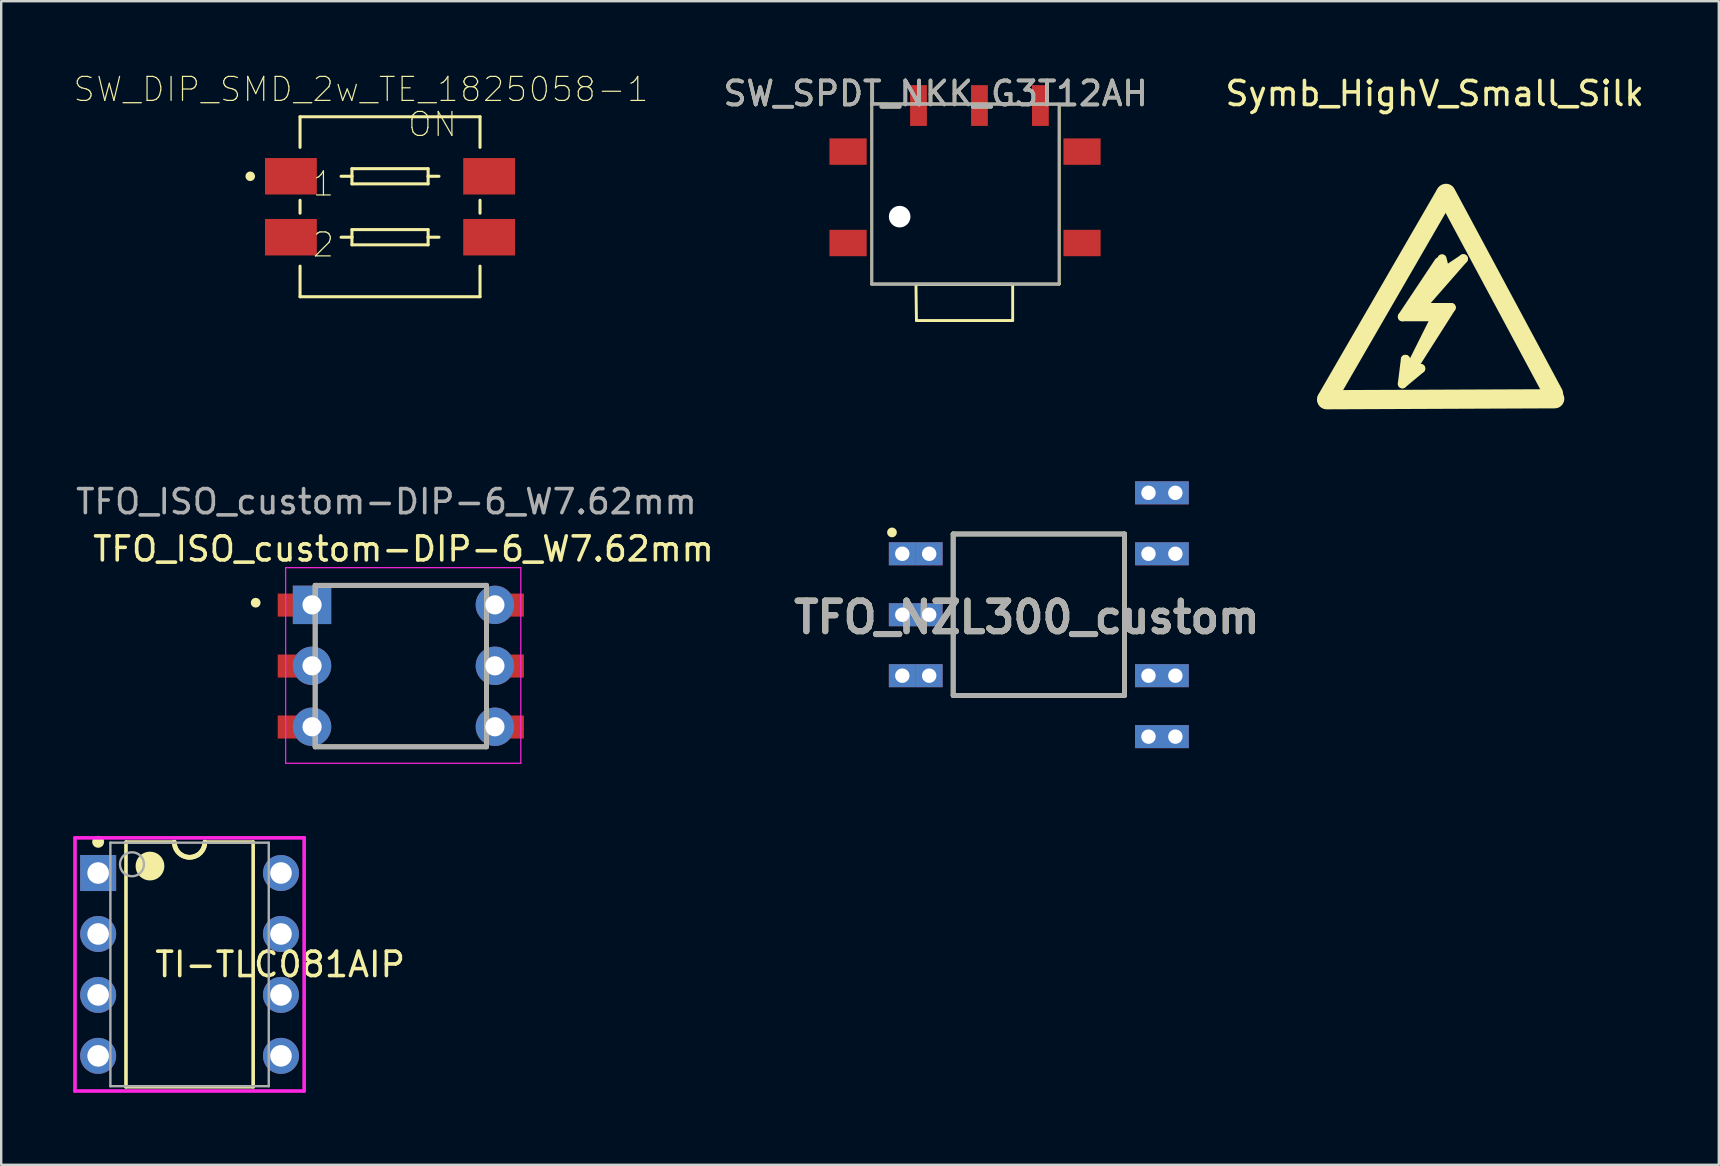
<source format=kicad_pcb>
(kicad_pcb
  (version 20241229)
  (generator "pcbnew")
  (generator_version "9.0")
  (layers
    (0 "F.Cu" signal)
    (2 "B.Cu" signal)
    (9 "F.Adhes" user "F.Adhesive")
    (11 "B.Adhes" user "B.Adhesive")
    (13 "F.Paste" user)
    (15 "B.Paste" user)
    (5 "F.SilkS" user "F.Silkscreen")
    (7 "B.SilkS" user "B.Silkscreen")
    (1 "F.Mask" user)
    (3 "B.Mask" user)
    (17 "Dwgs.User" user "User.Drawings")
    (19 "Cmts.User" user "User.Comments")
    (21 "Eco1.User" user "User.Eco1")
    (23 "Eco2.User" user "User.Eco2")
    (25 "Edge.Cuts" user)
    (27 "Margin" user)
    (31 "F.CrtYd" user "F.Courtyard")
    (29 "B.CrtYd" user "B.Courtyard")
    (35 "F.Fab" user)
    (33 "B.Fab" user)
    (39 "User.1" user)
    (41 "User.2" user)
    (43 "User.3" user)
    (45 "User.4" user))
  (footprint "TI-TLC081AIP"
    (layer "F.Cu")
    (at 4.85 37.142)
    (property "Reference" "TI-TLC081AIP" (at -1.524 0 0) (layer "F.SilkS") (effects (font (size 1.016 1.016) (thickness 0.15)) (justify left)))
    (attr through_hole)
    (fp_line (start -2.65 -5.1) (end -0.635 -5.1) (stroke (width 0.15) (type solid)) (layer "F.SilkS"))
    (fp_line (start -2.65 5.1) (end -2.65 -5.1) (stroke (width 0.15) (type solid)) (layer "F.SilkS"))
    (fp_line (start -2.65 5.1) (end 2.65 5.1) (stroke (width 0.15) (type solid)) (layer "F.SilkS"))
    (fp_line (start -0.635 -5.1) (end -0.627 -5.001) (stroke (width 0.2) (type solid)) (layer "F.SilkS"))
    (fp_line (start -0.627 -5.001) (end -0.604 -4.904) (stroke (width 0.2) (type solid)) (layer "F.SilkS"))
    (fp_line (start -0.604 -4.904) (end -0.566 -4.812) (stroke (width 0.2) (type solid)) (layer "F.SilkS"))
    (fp_line (start -0.566 -4.812) (end -0.514 -4.727) (stroke (width 0.2) (type solid)) (layer "F.SilkS"))
    (fp_line (start -0.514 -4.727) (end -0.449 -4.651) (stroke (width 0.2) (type solid)) (layer "F.SilkS"))
    (fp_line (start -0.449 -4.651) (end -0.373 -4.586) (stroke (width 0.2) (type solid)) (layer "F.SilkS"))
    (fp_line (start -0.373 -4.586) (end -0.288 -4.534) (stroke (width 0.2) (type solid)) (layer "F.SilkS"))
    (fp_line (start -0.288 -4.534) (end -0.196 -4.496) (stroke (width 0.2) (type solid)) (layer "F.SilkS"))
    (fp_line (start -0.196 -4.496) (end -0.099 -4.473) (stroke (width 0.2) (type solid)) (layer "F.SilkS"))
    (fp_line (start -0.099 -4.473) (end 0 -4.465) (stroke (width 0.2) (type solid)) (layer "F.SilkS"))
    (fp_line (start 0 -4.465) (end 0.099 -4.473) (stroke (width 0.2) (type solid)) (layer "F.SilkS"))
    (fp_line (start 0.099 -4.473) (end 0.196 -4.496) (stroke (width 0.2) (type solid)) (layer "F.SilkS"))
    (fp_line (start 0.196 -4.496) (end 0.288 -4.534) (stroke (width 0.2) (type solid)) (layer "F.SilkS"))
    (fp_line (start 0.288 -4.534) (end 0.373 -4.586) (stroke (width 0.2) (type solid)) (layer "F.SilkS"))
    (fp_line (start 0.373 -4.586) (end 0.449 -4.651) (stroke (width 0.2) (type solid)) (layer "F.SilkS"))
    (fp_line (start 0.449 -4.651) (end 0.514 -4.727) (stroke (width 0.2) (type solid)) (layer "F.SilkS"))
    (fp_line (start 0.514 -4.727) (end 0.566 -4.812) (stroke (width 0.2) (type solid)) (layer "F.SilkS"))
    (fp_line (start 0.566 -4.812) (end 0.604 -4.904) (stroke (width 0.2) (type solid)) (layer "F.SilkS"))
    (fp_line (start 0.604 -4.904) (end 0.627 -5.001) (stroke (width 0.2) (type solid)) (layer "F.SilkS"))
    (fp_line (start 0.627 -5.001) (end 0.635 -5.1) (stroke (width 0.2) (type solid)) (layer "F.SilkS"))
    (fp_line (start 0.635 -5.1) (end 2.65 -5.1) (stroke (width 0.15) (type solid)) (layer "F.SilkS"))
    (fp_line (start 2.65 5.1) (end 2.65 -5.1) (stroke (width 0.15) (type solid)) (layer "F.SilkS"))
    (fp_circle (center -3.81 -5.11) (end -3.685 -5.11) (stroke (width 0.25) (type solid)) (fill no) (layer "F.SilkS"))
    (fp_circle (center -1.65 -4.1) (end -1.35 -4.1) (stroke (width 0.6) (type solid)) (fill no) (layer "F.SilkS"))
    (fp_line (start -4.775 -5.275) (end -4.775 5.275) (stroke (width 0.15) (type solid)) (layer "F.CrtYd"))
    (fp_line (start -4.775 5.275) (end 4.775 5.275) (stroke (width 0.15) (type solid)) (layer "F.CrtYd"))
    (fp_line (start 4.775 -5.275) (end -4.775 -5.275) (stroke (width 0.15) (type solid)) (layer "F.CrtYd"))
    (fp_line (start 4.775 -5.275) (end 4.775 -5.275) (stroke (width 0.15) (type solid)) (layer "F.CrtYd"))
    (fp_line (start 4.775 5.275) (end 4.775 -5.275) (stroke (width 0.15) (type solid)) (layer "F.CrtYd"))
    (fp_line (start -3.3 -5.075) (end 3.3 -5.075) (stroke (width 0.1) (type solid)) (layer "F.Fab"))
    (fp_line (start -3.3 5.075) (end -3.3 -5.075) (stroke (width 0.1) (type solid)) (layer "F.Fab"))
    (fp_line (start -3.3 5.075) (end 3.3 5.075) (stroke (width 0.1) (type solid)) (layer "F.Fab"))
    (fp_line (start 3.3 5.075) (end 3.3 -5.075) (stroke (width 0.1) (type solid)) (layer "F.Fab"))
    (fp_circle (center -2.4 -4.175) (end -1.9 -4.175) (stroke (width 0.1) (type solid)) (fill no) (layer "F.Fab"))
    (pad "1" thru_hole rect (at -3.81 -3.81) (size 1.5 1.5) (drill 0.9) (layers "*.Cu"))
    (pad "2" thru_hole circle (at -3.81 -1.27) (size 1.5 1.5) (drill 0.9) (layers "*.Cu"))
    (pad "3" thru_hole circle (at -3.81 1.27) (size 1.5 1.5) (drill 0.9) (layers "*.Cu"))
    (pad "4" thru_hole circle (at -3.81 3.81) (size 1.5 1.5) (drill 0.9) (layers "*.Cu"))
    (pad "5" thru_hole circle (at 3.81 3.81) (size 1.5 1.5) (drill 0.9) (layers "*.Cu"))
    (pad "6" thru_hole circle (at 3.81 1.27) (size 1.5 1.5) (drill 0.9) (layers "*.Cu"))
    (pad "7" thru_hole circle (at 3.81 -1.27) (size 1.5 1.5) (drill 0.9) (layers "*.Cu"))
    (pad "8" thru_hole circle (at 3.81 -3.81) (size 1.5 1.5) (drill 0.9) (layers "*.Cu")))
  (footprint "SW_SPDT_NKK_G3T12AH"
    (layer "F.Cu")
    (at 37.142 5.198)
    (property "Reference" "SW_SPDT_NKK_G3T12AH" (at -1.2 -4.35 0) (layer "F.SilkS") (effects (font (size 1 1) (thickness 0.15))))
    (attr smd)
    (fp_line (start -3.86 -3.92) (end 3.95 -3.91) (stroke (width 0.12) (type solid)) (layer "F.SilkS"))
    (fp_line (start -3.86 3.59) (end -3.86 -3.92) (stroke (width 0.12) (type solid)) (layer "F.SilkS"))
    (fp_line (start -2.02 3.6) (end 2.01 3.6) (stroke (width 0.12) (type solid)) (layer "F.SilkS"))
    (fp_line (start -2 5.11) (end -2.02 3.6) (stroke (width 0.12) (type solid)) (layer "F.SilkS"))
    (fp_line (start 2.01 3.6) (end 2.01 5.11) (stroke (width 0.12) (type solid)) (layer "F.SilkS"))
    (fp_line (start 2.01 5.11) (end -2 5.11) (stroke (width 0.12) (type solid)) (layer "F.SilkS"))
    (fp_line (start 3.95 -3.91) (end 3.95 3.59) (stroke (width 0.12) (type solid)) (layer "F.SilkS"))
    (fp_line (start 3.95 3.59) (end -3.86 3.59) (stroke (width 0.12) (type solid)) (layer "F.SilkS"))
    (fp_line (start -3.88 -3.91) (end 3.94 -3.91) (stroke (width 0.12) (type solid)) (layer "F.Fab"))
    (fp_line (start -3.88 3.59) (end 3.94 3.59) (stroke (width 0.12) (type solid)) (layer "F.Fab"))
    (fp_line (start -3.86 -3.91) (end -3.86 3.59) (stroke (width 0.1) (type solid)) (layer "F.Fab"))
    (fp_line (start 3.94 -3.91) (end 3.94 3.59) (stroke (width 0.1) (type solid)) (layer "F.Fab"))
    (fp_text user "${REFERENCE}" (at -1.2 -4.35 0) (layer "F.Fab") (effects (font (size 1 1) (thickness 0.15))))
    (pad "" smd rect (at -4.85 -1.93) (size 1.55 1.1) (layers "F.Cu" "F.Mask" "F.Paste"))
    (pad "" smd rect (at -4.85 1.88) (size 1.55 1.1) (layers "F.Cu" "F.Mask" "F.Paste"))
    (pad "" np_thru_hole circle (at -2.7 0.78) (size 0.9 0.9) (drill 0.9) (layers "*.Cu" "*.Mask"))
    (pad "" smd rect (at 4.9 -1.93) (size 1.55 1.1) (layers "F.Cu" "F.Mask" "F.Paste"))
    (pad "" smd rect (at 4.9 1.88) (size 1.55 1.1) (layers "F.Cu" "F.Mask" "F.Paste"))
    (pad "4" smd rect (at -1.915 -3.85) (size 0.7 1.7) (layers "F.Cu" "F.Mask" "F.Paste"))
    (pad "5" smd rect (at 0.625 -3.85) (size 0.7 1.7) (layers "F.Cu" "F.Mask" "F.Paste"))
    (pad "6" smd rect (at 3.165 -3.85) (size 0.7 1.7) (layers "F.Cu" "F.Mask" "F.Paste")))
  (footprint "TFO_ISO_custom-DIP-6_W7.62mm"
    (layer "F.Cu")
    (at 9.954 22.157)
    (property "Reference" "TFO_ISO_custom-DIP-6_W7.62mm" (at 3.81 -2.33 0) (layer "F.SilkS") (effects (font (size 1 1) (thickness 0.15))))
    (attr through_hole)
    (fp_line (start 0.13 -0.815) (end 7.27 -0.815) (stroke (width 0.2) (type solid)) (layer "F.SilkS"))
    (fp_line (start 0.13 5.915) (end 0.13 -0.815) (stroke (width 0.2) (type solid)) (layer "F.SilkS"))
    (fp_line (start 7.27 -0.815) (end 7.27 5.915) (stroke (width 0.2) (type solid)) (layer "F.SilkS"))
    (fp_line (start 7.27 5.915) (end 0.13 5.915) (stroke (width 0.2) (type solid)) (layer "F.SilkS"))
    (fp_circle (center -2.349 -0.09) (end -2.349 0.014) (stroke (width 0.2) (type solid)) (fill no) (layer "F.SilkS"))
    (fp_line (start -1.1 -1.55) (end -1.1 6.6) (stroke (width 0.05) (type solid)) (layer "F.CrtYd"))
    (fp_line (start -1.1 6.6) (end 8.7 6.6) (stroke (width 0.05) (type solid)) (layer "F.CrtYd"))
    (fp_line (start 8.7 -1.55) (end -1.1 -1.55) (stroke (width 0.05) (type solid)) (layer "F.CrtYd"))
    (fp_line (start 8.7 6.6) (end 8.7 -1.55) (stroke (width 0.05) (type solid)) (layer "F.CrtYd"))
    (fp_line (start 0.13 -0.815) (end 7.27 -0.815) (stroke (width 0.2) (type solid)) (layer "F.Fab"))
    (fp_line (start 0.13 5.915) (end 0.13 -0.815) (stroke (width 0.2) (type solid)) (layer "F.Fab"))
    (fp_line (start 7.27 -0.815) (end 7.27 5.915) (stroke (width 0.2) (type solid)) (layer "F.Fab"))
    (fp_line (start 7.27 5.915) (end 0.13 5.915) (stroke (width 0.2) (type solid)) (layer "F.Fab"))
    (fp_text user "${REFERENCE}" (at 3.1 -4.3 0) (layer "F.Fab") (effects (font (size 1 1) (thickness 0.15))))
    (pad "1" smd rect (at -0.87 0.01 90) (size 0.96 1.12) (layers "F.Cu" "F.Mask" "F.Paste"))
    (pad "1" thru_hole rect (at 0 0) (size 1.6 1.6) (drill 0.8) (layers "*.Cu" "*.Mask"))
    (pad "2" smd rect (at -0.87 2.55 90) (size 0.96 1.12) (layers "F.Cu" "F.Mask" "F.Paste"))
    (pad "2" thru_hole oval (at 0 2.54) (size 1.6 1.6) (drill 0.8) (layers "*.Cu" "*.Mask"))
    (pad "3" smd rect (at -0.87 5.09 90) (size 0.96 1.12) (layers "F.Cu" "F.Mask" "F.Paste"))
    (pad "3" thru_hole oval (at 0 5.08) (size 1.6 1.6) (drill 0.8) (layers "*.Cu" "*.Mask"))
    (pad "4" thru_hole oval (at 7.62 5.08) (size 1.6 1.6) (drill 0.8) (layers "*.Cu" "*.Mask"))
    (pad "4" smd rect (at 8.27 5.09 90) (size 0.96 1.12) (layers "F.Cu" "F.Mask" "F.Paste"))
    (pad "5" thru_hole oval (at 7.62 2.54) (size 1.6 1.6) (drill 0.8) (layers "*.Cu" "*.Mask"))
    (pad "5" smd rect (at 8.27 2.55 90) (size 0.96 1.12) (layers "F.Cu" "F.Mask" "F.Paste"))
    (pad "6" thru_hole oval (at 7.62 0) (size 1.6 1.6) (drill 0.8) (layers "*.Cu" "*.Mask"))
    (pad "6" smd rect (at 8.27 0.01 90) (size 0.96 1.12) (layers "F.Cu" "F.Mask" "F.Paste")))
  (footprint "SW_DIP_SMD_2w_TE_1825058-1"
    (layer "F.Cu")
    (at 13.204 5.566)
    (property "Reference" "SW_DIP_SMD_2w_TE_1825058-1" (at -1.212 -4.892 0) (layer "F.SilkS") (effects (font (size 1.001 1.001) (thickness 0.05))))
    (attr smd)
    (fp_line (start -3.75 -3.75) (end 3.75 -3.75) (stroke (width 0.127) (type solid)) (layer "F.SilkS"))
    (fp_line (start -3.75 -2.475) (end -3.75 -3.75) (stroke (width 0.127) (type solid)) (layer "F.SilkS"))
    (fp_line (start -3.75 -0.269) (end -3.75 0.269) (stroke (width 0.127) (type solid)) (layer "F.SilkS"))
    (fp_line (start -3.75 2.475) (end -3.75 3.75) (stroke (width 0.127) (type solid)) (layer "F.SilkS"))
    (fp_line (start -3.75 3.75) (end 3.75 3.75) (stroke (width 0.127) (type solid)) (layer "F.SilkS"))
    (fp_line (start -2.04 -1.27) (end -1.587 -1.27) (stroke (width 0.127) (type solid)) (layer "F.SilkS"))
    (fp_line (start -2.04 1.27) (end -1.587 1.27) (stroke (width 0.127) (type solid)) (layer "F.SilkS"))
    (fp_line (start -1.587 -1.27) (end -1.587 -1.587) (stroke (width 0.127) (type solid)) (layer "F.SilkS"))
    (fp_line (start -1.587 -1.27) (end -1.587 -0.953) (stroke (width 0.127) (type solid)) (layer "F.SilkS"))
    (fp_line (start -1.587 -0.953) (end 1.587 -0.953) (stroke (width 0.127) (type solid)) (layer "F.SilkS"))
    (fp_line (start -1.587 1.27) (end -1.587 0.953) (stroke (width 0.127) (type solid)) (layer "F.SilkS"))
    (fp_line (start -1.587 1.27) (end -1.587 1.587) (stroke (width 0.127) (type solid)) (layer "F.SilkS"))
    (fp_line (start -1.587 1.587) (end 1.587 1.587) (stroke (width 0.127) (type solid)) (layer "F.SilkS"))
    (fp_line (start 1.587 -1.587) (end -1.587 -1.587) (stroke (width 0.127) (type solid)) (layer "F.SilkS"))
    (fp_line (start 1.587 -1.27) (end 1.587 -1.587) (stroke (width 0.127) (type solid)) (layer "F.SilkS"))
    (fp_line (start 1.587 -0.953) (end 1.587 -1.27) (stroke (width 0.127) (type solid)) (layer "F.SilkS"))
    (fp_line (start 1.587 0.953) (end -1.587 0.953) (stroke (width 0.127) (type solid)) (layer "F.SilkS"))
    (fp_line (start 1.587 1.27) (end 1.587 0.953) (stroke (width 0.127) (type solid)) (layer "F.SilkS"))
    (fp_line (start 1.587 1.587) (end 1.587 1.27) (stroke (width 0.127) (type solid)) (layer "F.SilkS"))
    (fp_line (start 2.04 -1.27) (end 1.587 -1.27) (stroke (width 0.127) (type solid)) (layer "F.SilkS"))
    (fp_line (start 2.04 1.27) (end 1.587 1.27) (stroke (width 0.127) (type solid)) (layer "F.SilkS"))
    (fp_line (start 3.75 -3.75) (end 3.75 -2.475) (stroke (width 0.127) (type solid)) (layer "F.SilkS"))
    (fp_line (start 3.75 -0.269) (end 3.75 0.269) (stroke (width 0.127) (type solid)) (layer "F.SilkS"))
    (fp_line (start 3.75 3.75) (end 3.75 2.475) (stroke (width 0.127) (type solid)) (layer "F.SilkS"))
    (fp_circle (center -5.825 -1.27) (end -5.725 -1.27) (stroke (width 0.2) (type solid)) (fill no) (layer "F.SilkS"))
    (fp_line (start -5.5 -2.28) (end -5.5 -0.26) (stroke (width 0.05) (type solid)) (layer "Eco1.User"))
    (fp_line (start -5.5 -0.26) (end -4 -0.26) (stroke (width 0.05) (type solid)) (layer "Eco1.User"))
    (fp_line (start -5.5 0.26) (end -5.5 2.28) (stroke (width 0.05) (type solid)) (layer "Eco1.User"))
    (fp_line (start -5.5 2.28) (end -4 2.28) (stroke (width 0.05) (type solid)) (layer "Eco1.User"))
    (fp_line (start -4 -4) (end -4 -2.28) (stroke (width 0.05) (type solid)) (layer "Eco1.User"))
    (fp_line (start -4 -2.28) (end -5.5 -2.28) (stroke (width 0.05) (type solid)) (layer "Eco1.User"))
    (fp_line (start -4 -0.26) (end -4 0.26) (stroke (width 0.05) (type solid)) (layer "Eco1.User"))
    (fp_line (start -4 0.26) (end -5.5 0.26) (stroke (width 0.05) (type solid)) (layer "Eco1.User"))
    (fp_line (start -4 2.28) (end -4 4) (stroke (width 0.05) (type solid)) (layer "Eco1.User"))
    (fp_line (start -4 4) (end 4 4) (stroke (width 0.05) (type solid)) (layer "Eco1.User"))
    (fp_line (start 4 -4) (end -4 -4) (stroke (width 0.05) (type solid)) (layer "Eco1.User"))
    (fp_line (start 4 -2.28) (end 4 -4) (stroke (width 0.05) (type solid)) (layer "Eco1.User"))
    (fp_line (start 4 -0.26) (end 5.5 -0.26) (stroke (width 0.05) (type solid)) (layer "Eco1.User"))
    (fp_line (start 4 0.26) (end 4 -0.26) (stroke (width 0.05) (type solid)) (layer "Eco1.User"))
    (fp_line (start 4 2.28) (end 5.5 2.28) (stroke (width 0.05) (type solid)) (layer "Eco1.User"))
    (fp_line (start 4 4) (end 4 2.28) (stroke (width 0.05) (type solid)) (layer "Eco1.User"))
    (fp_line (start 5.5 -2.28) (end 4 -2.28) (stroke (width 0.05) (type solid)) (layer "Eco1.User"))
    (fp_line (start 5.5 -0.26) (end 5.5 -2.28) (stroke (width 0.05) (type solid)) (layer "Eco1.User"))
    (fp_line (start 5.5 0.26) (end 4 0.26) (stroke (width 0.05) (type solid)) (layer "Eco1.User"))
    (fp_line (start 5.5 2.28) (end 5.5 0.26) (stroke (width 0.05) (type solid)) (layer "Eco1.User"))
    (fp_line (start -3.75 -3.75) (end 3.75 -3.75) (stroke (width 0.127) (type solid)) (layer "Eco2.User"))
    (fp_line (start -3.75 3.75) (end -3.75 -3.75) (stroke (width 0.127) (type solid)) (layer "Eco2.User"))
    (fp_line (start -2.04 -1.27) (end -1.587 -1.27) (stroke (width 0.127) (type solid)) (layer "Eco2.User"))
    (fp_line (start -2.04 1.27) (end -1.587 1.27) (stroke (width 0.127) (type solid)) (layer "Eco2.User"))
    (fp_line (start -1.587 -1.27) (end -1.587 -1.587) (stroke (width 0.127) (type solid)) (layer "Eco2.User"))
    (fp_line (start -1.587 -1.27) (end -1.587 -0.953) (stroke (width 0.127) (type solid)) (layer "Eco2.User"))
    (fp_line (start -1.587 -0.953) (end 1.587 -0.953) (stroke (width 0.127) (type solid)) (layer "Eco2.User"))
    (fp_line (start -1.587 1.27) (end -1.587 0.953) (stroke (width 0.127) (type solid)) (layer "Eco2.User"))
    (fp_line (start -1.587 1.27) (end -1.587 1.587) (stroke (width 0.127) (type solid)) (layer "Eco2.User"))
    (fp_line (start -1.587 1.587) (end 1.587 1.587) (stroke (width 0.127) (type solid)) (layer "Eco2.User"))
    (fp_line (start 1.587 -1.587) (end -1.587 -1.587) (stroke (width 0.127) (type solid)) (layer "Eco2.User"))
    (fp_line (start 1.587 -1.27) (end 1.587 -1.587) (stroke (width 0.127) (type solid)) (layer "Eco2.User"))
    (fp_line (start 1.587 -0.953) (end 1.587 -1.27) (stroke (width 0.127) (type solid)) (layer "Eco2.User"))
    (fp_line (start 1.587 0.953) (end -1.587 0.953) (stroke (width 0.127) (type solid)) (layer "Eco2.User"))
    (fp_line (start 1.587 1.27) (end 1.587 0.953) (stroke (width 0.127) (type solid)) (layer "Eco2.User"))
    (fp_line (start 1.587 1.587) (end 1.587 1.27) (stroke (width 0.127) (type solid)) (layer "Eco2.User"))
    (fp_line (start 2.04 -1.27) (end 1.587 -1.27) (stroke (width 0.127) (type solid)) (layer "Eco2.User"))
    (fp_line (start 2.04 1.27) (end 1.587 1.27) (stroke (width 0.127) (type solid)) (layer "Eco2.User"))
    (fp_line (start 3.75 -3.75) (end 3.75 3.75) (stroke (width 0.127) (type solid)) (layer "Eco2.User"))
    (fp_line (start 3.75 3.75) (end -3.75 3.75) (stroke (width 0.127) (type solid)) (layer "Eco2.User"))
    (fp_text user "ON" (at 1.769 -3.433 0) (layer "F.SilkS") (effects (font (size 1 1) (thickness 0.05))))
    (fp_text user "2" (at -2.776 1.588 0) (layer "F.SilkS") (effects (font (size 1 1) (thickness 0.05))))
    (fp_text user "1" (at -2.775 -0.953 0) (layer "F.SilkS") (effects (font (size 1 1) (thickness 0.05))))
    (pad "1" smd rect (at -4.13 -1.27) (size 2.16 1.52) (layers "F.Cu" "F.Mask" "F.Paste"))
    (pad "2" smd rect (at -4.13 1.27) (size 2.16 1.52) (layers "F.Cu" "F.Mask" "F.Paste"))
    (pad "3" smd rect (at 4.13 1.27) (size 2.16 1.52) (layers "F.Cu" "F.Mask" "F.Paste"))
    (pad "4" smd rect (at 4.13 -1.27) (size 2.16 1.52) (layers "F.Cu" "F.Mask" "F.Paste")))
  (footprint "TFO_NZL300_custom"
    (layer "F.Cu")
    (at 40.242 22.568)
    (property "Reference" "TFO_NZL300_custom" (at -0.495 0.11 0) (layer "F.SilkS") (effects (font (size 1.27 1.27) (thickness 0.254))))
    (attr smd)
    (fp_line (start -3.57 -3.365) (end 3.57 -3.365) (stroke (width 0.2) (type solid)) (layer "F.SilkS"))
    (fp_line (start -3.57 3.365) (end -3.57 -3.365) (stroke (width 0.2) (type solid)) (layer "F.SilkS"))
    (fp_line (start 3.57 -3.365) (end 3.57 3.365) (stroke (width 0.2) (type solid)) (layer "F.SilkS"))
    (fp_line (start 3.57 3.365) (end -3.57 3.365) (stroke (width 0.2) (type solid)) (layer "F.SilkS"))
    (fp_circle (center -6.12 -3.43) (end -6.12 -3.326) (stroke (width 0.2) (type solid)) (fill no) (layer "F.SilkS"))
    (fp_line (start -3.57 -3.365) (end 3.57 -3.365) (stroke (width 0.2) (type solid)) (layer "F.Fab"))
    (fp_line (start -3.57 3.365) (end -3.57 -3.365) (stroke (width 0.2) (type solid)) (layer "F.Fab"))
    (fp_line (start 3.57 -3.365) (end 3.57 3.365) (stroke (width 0.2) (type solid)) (layer "F.Fab"))
    (fp_line (start 3.57 3.365) (end -3.57 3.365) (stroke (width 0.2) (type solid)) (layer "F.Fab"))
    (fp_text user "${REFERENCE}" (at -0.495 0.11 0) (layer "F.Fab") (effects (font (size 1.27 1.27) (thickness 0.254))))
    (pad "1" thru_hole rect (at -5.69 -2.54 90) (size 0.96 1.12) (drill 0.6) (layers "*.Cu" "*.Mask"))
    (pad "1" thru_hole rect (at -4.57 -2.54 90) (size 0.96 1.12) (drill 0.6) (layers "*.Cu" "*.Mask"))
    (pad "2" thru_hole rect (at -5.69 0 90) (size 0.96 1.12) (drill 0.6) (layers "*.Cu" "*.Mask"))
    (pad "2" thru_hole rect (at -4.57 0 90) (size 0.96 1.12) (drill 0.6) (layers "*.Cu" "*.Mask"))
    (pad "3" thru_hole rect (at -5.69 2.54 90) (size 0.96 1.12) (drill 0.6) (layers "*.Cu" "*.Mask"))
    (pad "3" thru_hole rect (at -4.57 2.54 90) (size 0.96 1.12) (drill 0.6) (layers "*.Cu" "*.Mask"))
    (pad "4" thru_hole rect (at 4.57 5.08 90) (size 0.96 1.12) (drill 0.6) (layers "*.Cu" "*.Mask"))
    (pad "4" thru_hole rect (at 5.69 5.08 90) (size 0.96 1.12) (drill 0.6) (layers "*.Cu" "*.Mask"))
    (pad "5" thru_hole rect (at 4.57 2.54 90) (size 0.96 1.12) (drill 0.6) (layers "*.Cu" "*.Mask"))
    (pad "5" thru_hole rect (at 5.69 2.54 90) (size 0.96 1.12) (drill 0.6) (layers "*.Cu" "*.Mask"))
    (pad "6" thru_hole rect (at 4.57 -2.54 90) (size 0.96 1.12) (drill 0.6) (layers "*.Cu" "*.Mask"))
    (pad "6" thru_hole rect (at 5.69 -2.54 90) (size 0.96 1.12) (drill 0.6) (layers "*.Cu" "*.Mask"))
    (pad "7" thru_hole rect (at 4.57 -5.08 90) (size 0.96 1.12) (drill 0.6) (layers "*.Cu" "*.Mask"))
    (pad "7" thru_hole rect (at 5.69 -5.08 90) (size 0.96 1.12) (drill 0.6) (layers "*.Cu" "*.Mask")))
  (footprint "Symb_HighV_Small_Silk"
    (layer "F.Cu")
    (at 56.74 11.008)
    (property "Reference" "Symb_HighV_Small_Silk" (at 0 -10.16 0) (layer "F.SilkS") (effects (font (size 1 1) (thickness 0.15))))
    (attr exclude_from_pos_files exclude_from_bom)
    (fp_line (start -4.5 2.58) (end 0.44 -5.96) (stroke (width 0.8) (type solid)) (layer "F.SilkS"))
    (fp_line (start -1.347 -0.859) (end 0.05 -0.859) (stroke (width 0.381) (type solid)) (layer "F.SilkS"))
    (fp_line (start -1.347 1.935) (end -0.585 1.3) (stroke (width 0.381) (type solid)) (layer "F.SilkS"))
    (fp_line (start -1.22 0.919) (end -1.347 1.935) (stroke (width 0.381) (type solid)) (layer "F.SilkS"))
    (fp_line (start -1.093 1.427) (end -1.22 0.919) (stroke (width 0.381) (type solid)) (layer "F.SilkS"))
    (fp_line (start -1.093 1.554) (end 0.685 -1.24) (stroke (width 0.381) (type solid)) (layer "F.SilkS"))
    (fp_line (start -0.966 -0.986) (end 0.304 -0.986) (stroke (width 0.381) (type solid)) (layer "F.SilkS"))
    (fp_line (start -0.585 -1.24) (end 1.193 -3.272) (stroke (width 0.381) (type solid)) (layer "F.SilkS"))
    (fp_line (start -0.585 1.3) (end -1.093 1.554) (stroke (width 0.381) (type solid)) (layer "F.SilkS"))
    (fp_line (start 0.05 -0.859) (end -1.093 1.427) (stroke (width 0.381) (type solid)) (layer "F.SilkS"))
    (fp_line (start 0.177 -3.145) (end -1.347 -0.859) (stroke (width 0.381) (type solid)) (layer "F.SilkS"))
    (fp_line (start 0.431 -2.891) (end -0.966 -0.986) (stroke (width 0.381) (type solid)) (layer "F.SilkS"))
    (fp_line (start 0.431 -2.764) (end 0.304 -3.272) (stroke (width 0.381) (type solid)) (layer "F.SilkS"))
    (fp_line (start 0.47 -6) (end 4.95 2.35) (stroke (width 0.8) (type solid)) (layer "F.SilkS"))
    (fp_line (start 0.685 -1.24) (end -0.585 -1.24) (stroke (width 0.381) (type solid)) (layer "F.SilkS"))
    (fp_line (start 1.193 -3.272) (end 0.431 -2.764) (stroke (width 0.381) (type solid)) (layer "F.SilkS"))
    (fp_line (start 5 2.56) (end -4.5 2.6) (stroke (width 0.8) (type solid)) (layer "F.SilkS")))
  (gr_rect
    (start -3 -3)
    (end 68.579 45.491)
    (stroke (width 0.1) (type default))
    (fill no)
    (layer "Edge.Cuts")))
</source>
